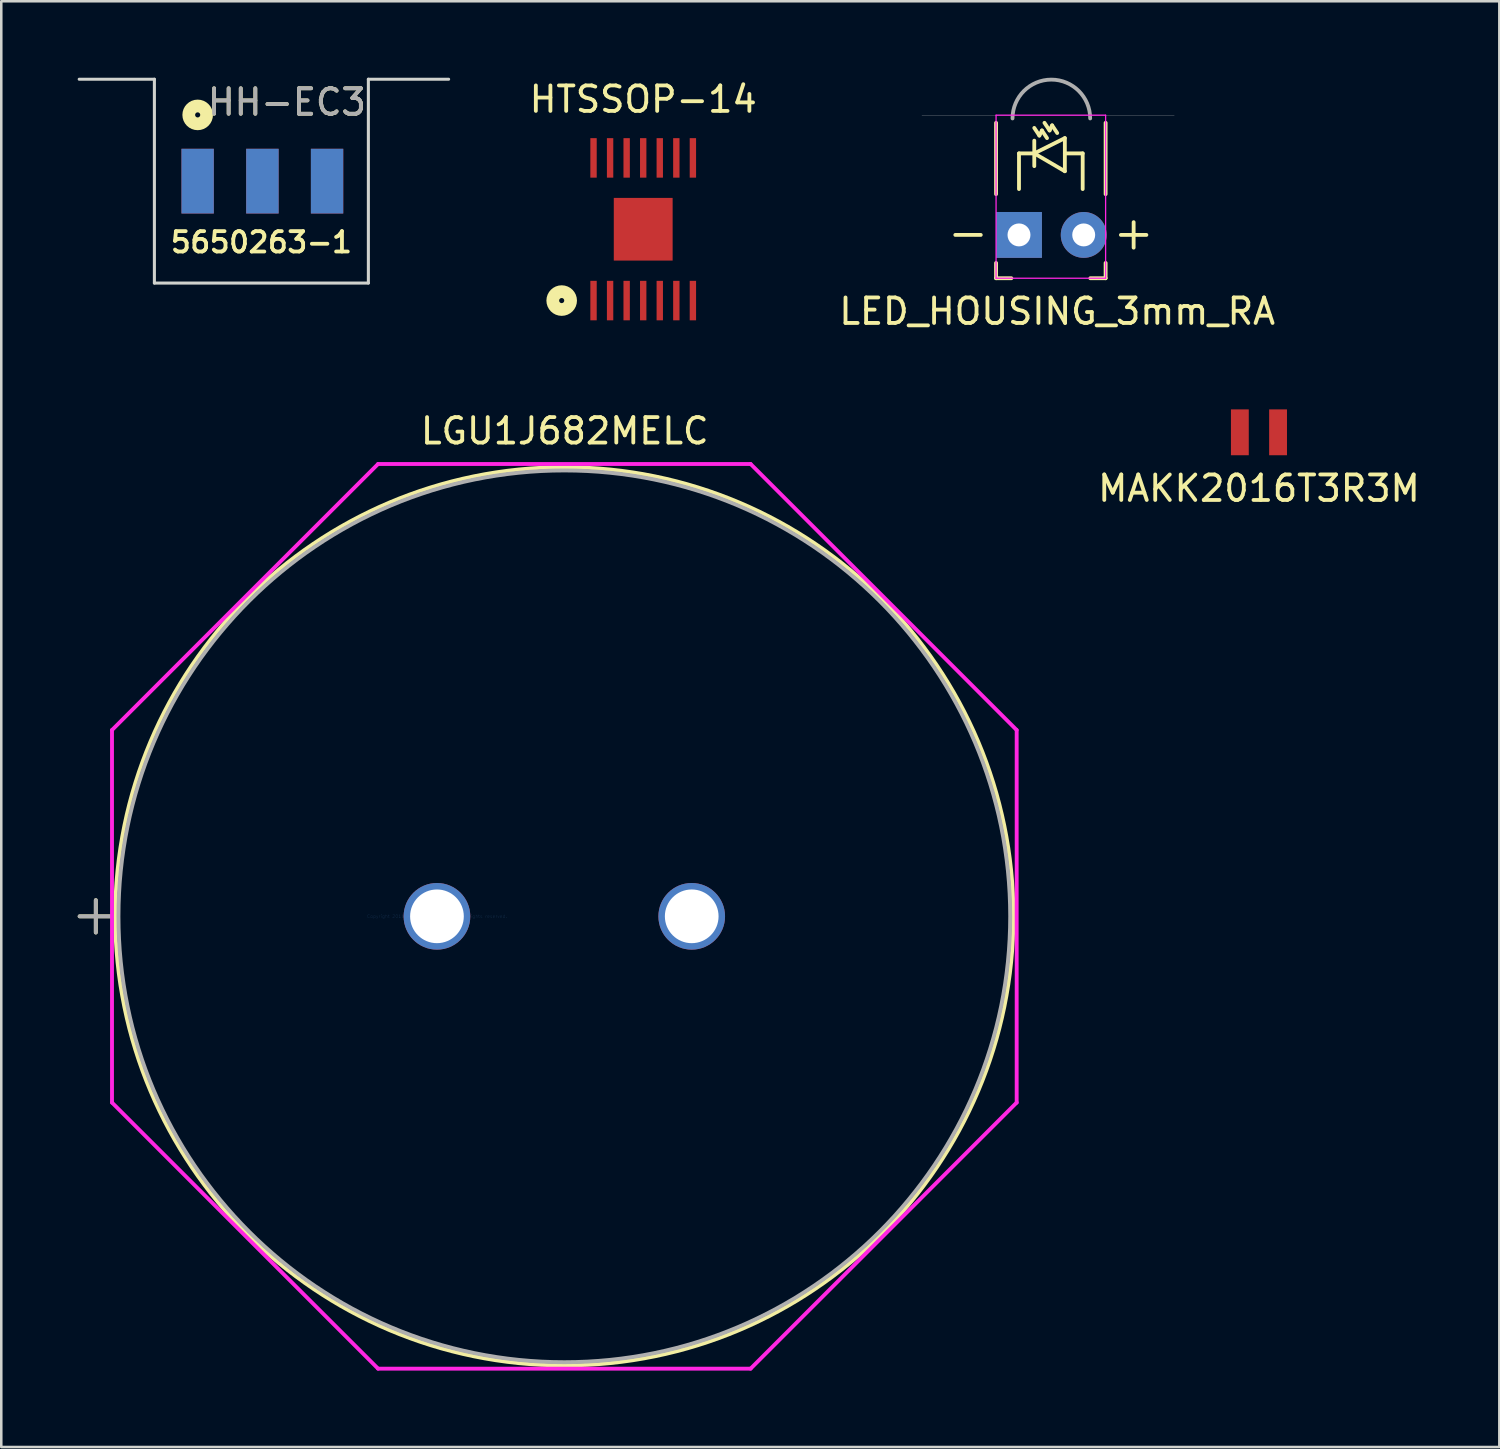
<source format=kicad_pcb>
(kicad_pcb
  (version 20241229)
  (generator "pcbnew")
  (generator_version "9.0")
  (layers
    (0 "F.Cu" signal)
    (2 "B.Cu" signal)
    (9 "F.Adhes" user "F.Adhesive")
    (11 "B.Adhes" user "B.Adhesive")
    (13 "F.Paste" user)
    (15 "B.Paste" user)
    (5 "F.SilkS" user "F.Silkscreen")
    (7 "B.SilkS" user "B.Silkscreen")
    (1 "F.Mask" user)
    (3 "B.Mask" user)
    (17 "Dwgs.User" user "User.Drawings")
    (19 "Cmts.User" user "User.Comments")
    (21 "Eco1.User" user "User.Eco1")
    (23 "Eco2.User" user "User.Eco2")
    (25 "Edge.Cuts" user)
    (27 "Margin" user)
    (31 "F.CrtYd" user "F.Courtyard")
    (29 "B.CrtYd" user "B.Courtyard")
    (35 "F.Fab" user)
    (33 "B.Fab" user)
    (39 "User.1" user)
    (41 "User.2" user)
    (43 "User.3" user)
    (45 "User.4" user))
  (footprint "HTSSOP-14"
    (layer "F.Cu")
    (at 22.197 5.948)
    (property "Reference" "HTSSOP-14" (at 0 -5.1 0) (layer "F.SilkS") (effects (font (size 1 1) (thickness 0.15))))
    (attr through_hole)
    (fp_circle (center -3.2 2.8) (end -3.1 2.8) (stroke (width 0.5) (type solid)) (fill no) (layer "F.SilkS"))
    (pad "1" smd rect (at -1.95 2.8) (size 0.25 1.55) (layers "F.Cu" "F.Mask" "F.Paste"))
    (pad "2" smd rect (at -1.3 2.8) (size 0.25 1.55) (layers "F.Cu" "F.Mask" "F.Paste"))
    (pad "3" smd rect (at -0.65 2.8) (size 0.25 1.55) (layers "F.Cu" "F.Mask" "F.Paste"))
    (pad "4" smd rect (at 0 2.8) (size 0.25 1.55) (layers "F.Cu" "F.Mask" "F.Paste"))
    (pad "5" smd rect (at 0.65 2.8) (size 0.25 1.55) (layers "F.Cu" "F.Mask" "F.Paste"))
    (pad "6" smd rect (at 1.3 2.8) (size 0.25 1.55) (layers "F.Cu" "F.Mask" "F.Paste"))
    (pad "7" smd rect (at 1.95 2.8) (size 0.25 1.55) (layers "F.Cu" "F.Mask" "F.Paste"))
    (pad "8" smd rect (at 1.95 -2.8) (size 0.25 1.55) (layers "F.Cu" "F.Mask" "F.Paste"))
    (pad "9" smd rect (at 1.3 -2.8) (size 0.25 1.55) (layers "F.Cu" "F.Mask" "F.Paste"))
    (pad "10" smd rect (at 0.65 -2.8) (size 0.25 1.55) (layers "F.Cu" "F.Mask" "F.Paste"))
    (pad "11" smd rect (at 0 -2.8) (size 0.25 1.55) (layers "F.Cu" "F.Mask" "F.Paste"))
    (pad "12" smd rect (at -0.65 -2.8) (size 0.25 1.55) (layers "F.Cu" "F.Mask" "F.Paste"))
    (pad "13" smd rect (at -1.3 -2.8) (size 0.25 1.55) (layers "F.Cu" "F.Mask" "F.Paste"))
    (pad "14" smd rect (at -1.95 -2.8) (size 0.25 1.55) (layers "F.Cu" "F.Mask" "F.Paste"))
    (pad "15" smd rect (at 0 0) (size 2.31 2.46) (layers "F.Cu" "F.Mask" "F.Paste")))
  (footprint "LED_HOUSING_3mm_RA"
    (layer "F.Cu")
    (at 36.947 6.171)
    (property "Reference" "LED_HOUSING_3mm_RA" (at 1.5 3 0) (layer "F.SilkS") (effects (font (size 1 1) (thickness 0.15))))
    (attr through_hole)
    (fp_line (start -1.5 0) (end -2.5 0) (stroke (width 0.15) (type solid)) (layer "F.SilkS"))
    (fp_line (start -0.9 -1.6) (end -0.9 -4.4) (stroke (width 0.15) (type solid)) (layer "F.SilkS"))
    (fp_line (start -0.9 1.7) (end -0.9 1.1) (stroke (width 0.15) (type solid)) (layer "F.SilkS"))
    (fp_line (start -0.3 1.7) (end -0.9 1.7) (stroke (width 0.15) (type solid)) (layer "F.SilkS"))
    (fp_line (start 0 -3.2) (end 0 -1.8) (stroke (width 0.15) (type solid)) (layer "F.SilkS"))
    (fp_line (start 0.6 -3.7) (end 0.6 -2.7) (stroke (width 0.15) (type solid)) (layer "F.SilkS"))
    (fp_line (start 0.6 -3.2) (end 0 -3.2) (stroke (width 0.15) (type solid)) (layer "F.SilkS"))
    (fp_line (start 0.6 -3.2) (end 1.8 -3.8) (stroke (width 0.15) (type solid)) (layer "F.SilkS"))
    (fp_line (start 0.6 -3.2) (end 1.8 -2.5) (stroke (width 0.15) (type solid)) (layer "F.SilkS"))
    (fp_line (start 0.8 -3.9) (end 0.6 -4.2) (stroke (width 0.15) (type solid)) (layer "F.SilkS"))
    (fp_line (start 0.9 -4.1) (end 0.8 -3.9) (stroke (width 0.15) (type solid)) (layer "F.SilkS"))
    (fp_line (start 1.1 -3.8) (end 0.9 -4.1) (stroke (width 0.15) (type solid)) (layer "F.SilkS"))
    (fp_line (start 1.2 -4.1) (end 1 -4.4) (stroke (width 0.15) (type solid)) (layer "F.SilkS"))
    (fp_line (start 1.3 -4.3) (end 1.2 -4.1) (stroke (width 0.15) (type solid)) (layer "F.SilkS"))
    (fp_line (start 1.5 -4) (end 1.3 -4.3) (stroke (width 0.15) (type solid)) (layer "F.SilkS"))
    (fp_line (start 1.8 -3.2) (end 2.5 -3.2) (stroke (width 0.15) (type solid)) (layer "F.SilkS"))
    (fp_line (start 1.8 -2.5) (end 1.8 -3.8) (stroke (width 0.15) (type solid)) (layer "F.SilkS"))
    (fp_line (start 2.5 -3.2) (end 2.5 -1.8) (stroke (width 0.15) (type solid)) (layer "F.SilkS"))
    (fp_line (start 2.8 1.7) (end 3.4 1.7) (stroke (width 0.15) (type solid)) (layer "F.SilkS"))
    (fp_line (start 3.4 -1.6) (end 3.4 -4.4) (stroke (width 0.15) (type solid)) (layer "F.SilkS"))
    (fp_line (start 3.4 1.7) (end 3.4 1.1) (stroke (width 0.15) (type solid)) (layer "F.SilkS"))
    (fp_line (start 4 0) (end 5 0) (stroke (width 0.15) (type solid)) (layer "F.SilkS"))
    (fp_line (start 4.5 -0.5) (end 4.5 0.5) (stroke (width 0.15) (type solid)) (layer "F.SilkS"))
    (fp_line (start -0.9 -4.7) (end -0.9 1.7) (stroke (width 0.05) (type solid)) (layer "F.CrtYd"))
    (fp_line (start -0.9 1.7) (end 3.4 1.7) (stroke (width 0.05) (type solid)) (layer "F.CrtYd"))
    (fp_line (start 3.4 -4.7) (end -0.9 -4.7) (stroke (width 0.05) (type solid)) (layer "F.CrtYd"))
    (fp_line (start 3.4 1.7) (end 3.4 -4.7) (stroke (width 0.05) (type solid)) (layer "F.CrtYd"))
    (fp_line (start -3.81 -4.7) (end 6.096 -4.7) (stroke (width 0.01) (type solid)) (layer "F.Fab"))
    (fp_arc (start -0.254 -4.572) (mid 1.27 -6.096) (end 2.794 -4.572) (stroke (width 0.15) (type solid)) (layer "F.Fab"))
    (pad "1" thru_hole rect (at 0 0) (size 1.8 1.8) (drill 0.9) (layers "*.Cu" "*.Mask"))
    (pad "2" thru_hole circle (at 2.54 0) (size 1.8 1.8) (drill 0.9) (layers "*.Cu" "*.Mask")))
  (footprint "HH-EC3"
    (layer "F.Cu")
    (at 7.247 4.06)
    (property "Reference" "HH-EC3" (at 0.963 -3.1 0) (unlocked yes) (layer "F.SilkS") (effects (font (size 1 1) (thickness 0.15))))
    (attr smd exclude_from_pos_files exclude_from_bom)
    (fp_circle (center -2.538 -2.6) (end -2.438 -2.6) (stroke (width 0.5) (type solid)) (fill no) (layer "F.SilkS"))
    (fp_line (start -4.237 -4) (end -7.188 -4) (stroke (width 0.12) (type solid)) (layer "Edge.Cuts"))
    (fp_line (start -4.237 4) (end -4.237 -4) (stroke (width 0.12) (type solid)) (layer "Edge.Cuts"))
    (fp_line (start -4.237 4) (end 4.162 4) (stroke (width 0.12) (type solid)) (layer "Edge.Cuts"))
    (fp_line (start 4.162 4) (end 4.162 -4) (stroke (width 0.12) (type solid)) (layer "Edge.Cuts"))
    (fp_line (start 7.312 -4) (end 4.162 -4) (stroke (width 0.12) (type solid)) (layer "Edge.Cuts"))
    (fp_text user "5650263-1" (at -0.037 2.4 0) (unlocked yes) (layer "F.SilkS") (effects (font (size 0.8 0.8) (thickness 0.15))))
    (fp_text user "${REFERENCE}" (at 0.963 -3.1 0) (unlocked yes) (layer "F.Fab") (effects (font (size 1 1) (thickness 0.15))))
    (pad "1" connect rect (at -2.538 0) (size 1.27 2.54) (layers "F.Cu" "F.Mask"))
    (pad "2" connect rect (at -2.54 0) (size 1.27 2.54) (layers "B.Cu" "B.Mask"))
    (pad "3" connect rect (at 0 0) (size 1.275 2.54) (layers "F.Cu" "F.Mask"))
    (pad "4" connect rect (at 0.003 0) (size 1.275 2.54) (layers "B.Cu" "B.Mask"))
    (pad "5" connect rect (at 2.542 0) (size 1.27 2.54) (layers "F.Cu" "F.Mask"))
    (pad "6" connect rect (at 2.54 0) (size 1.27 2.54) (layers "B.Cu" "B.Mask")))
  (footprint "LGU1J682MELC"
    (layer "F.Cu")
    (at 14.101 32.917)
    (property "Reference" "LGU1J682MELC" (at 5.016 -19.05 0) (layer "F.SilkS") (effects (font (size 1 1) (thickness 0.15))))
    (attr through_hole)
    (fp_line (start -14.025 0) (end -12.755 0) (stroke (width 0.152) (type solid)) (layer "F.SilkS"))
    (fp_line (start -13.39 -0.635) (end -13.39 0.635) (stroke (width 0.152) (type solid)) (layer "F.SilkS"))
    (fp_circle (center 5 0) (end 22.628 0) (stroke (width 0.152) (type solid)) (fill no) (layer "F.SilkS"))
    (fp_line (start -12.755 -7.311) (end -2.311 -17.755) (stroke (width 0.152) (type solid)) (layer "F.CrtYd"))
    (fp_line (start -12.755 7.311) (end -12.755 -7.311) (stroke (width 0.152) (type solid)) (layer "F.CrtYd"))
    (fp_line (start -2.311 -17.755) (end 12.311 -17.755) (stroke (width 0.152) (type solid)) (layer "F.CrtYd"))
    (fp_line (start -2.311 17.755) (end -12.755 7.311) (stroke (width 0.152) (type solid)) (layer "F.CrtYd"))
    (fp_line (start 12.311 -17.755) (end 22.755 -7.311) (stroke (width 0.152) (type solid)) (layer "F.CrtYd"))
    (fp_line (start 12.311 17.755) (end -2.311 17.755) (stroke (width 0.152) (type solid)) (layer "F.CrtYd"))
    (fp_line (start 22.755 -7.311) (end 22.755 7.311) (stroke (width 0.152) (type solid)) (layer "F.CrtYd"))
    (fp_line (start 22.755 7.311) (end 12.311 17.755) (stroke (width 0.152) (type solid)) (layer "F.CrtYd"))
    (fp_line (start -14.025 0) (end -12.755 0) (stroke (width 0.152) (type solid)) (layer "F.Fab"))
    (fp_line (start -13.39 -0.635) (end -13.39 0.635) (stroke (width 0.152) (type solid)) (layer "F.Fab"))
    (fp_circle (center 5 0) (end 22.501 0) (stroke (width 0.152) (type solid)) (fill no) (layer "F.Fab"))
    (fp_text user "*" (at 0 0 0) (layer "F.SilkS") (effects (font (size 1 1) (thickness 0.15))))
    (fp_text user "Copyright 2016 Accelerated Designs. All rights reserved." (at 0 0 0) (layer "Cmts.User") (effects (font (size 0.127 0.127) (thickness 0.002))))
    (fp_text user "*" (at 0 0 0) (layer "F.Fab") (effects (font (size 1 1) (thickness 0.15))))
    (pad "1" thru_hole circle (at 0 0) (size 2.616 2.616) (drill 2.108) (layers "*.Cu" "*.Mask"))
    (pad "2" thru_hole circle (at 10 0) (size 2.616 2.616) (drill 2.108) (layers "*.Cu" "*.Mask")))
  (footprint "MAKK2016T3R3M"
    (layer "F.Cu")
    (at 46.366 13.919)
    (property "Reference" "MAKK2016T3R3M" (at 0 2.2 0) (layer "F.SilkS") (effects (font (size 1 1) (thickness 0.15))))
    (attr through_hole)
    (pad "1" smd rect (at -0.75 0) (size 0.7 1.8) (layers "F.Cu" "F.Mask" "F.Paste"))
    (pad "2" smd rect (at 0.75 0) (size 0.7 1.8) (layers "F.Cu" "F.Mask" "F.Paste")))
  (gr_rect
    (start -3 -3)
    (end 55.801 53.748)
    (stroke (width 0.1) (type default))
    (fill no)
    (layer "Edge.Cuts")))
</source>
